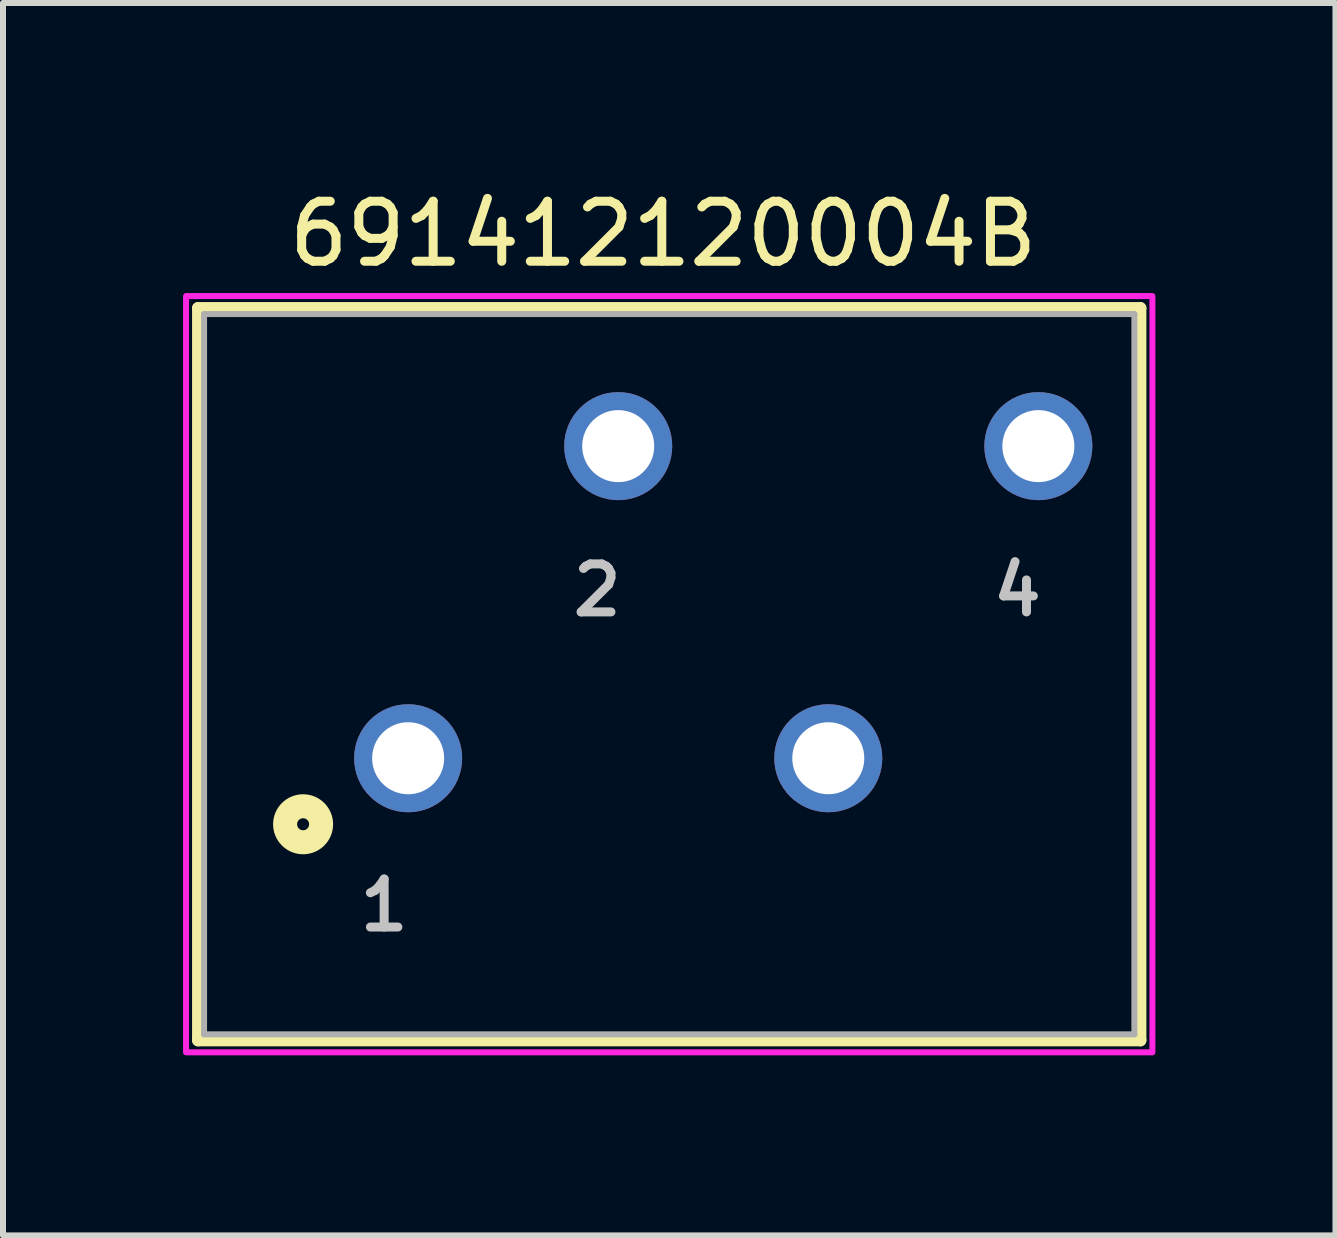
<source format=kicad_pcb>
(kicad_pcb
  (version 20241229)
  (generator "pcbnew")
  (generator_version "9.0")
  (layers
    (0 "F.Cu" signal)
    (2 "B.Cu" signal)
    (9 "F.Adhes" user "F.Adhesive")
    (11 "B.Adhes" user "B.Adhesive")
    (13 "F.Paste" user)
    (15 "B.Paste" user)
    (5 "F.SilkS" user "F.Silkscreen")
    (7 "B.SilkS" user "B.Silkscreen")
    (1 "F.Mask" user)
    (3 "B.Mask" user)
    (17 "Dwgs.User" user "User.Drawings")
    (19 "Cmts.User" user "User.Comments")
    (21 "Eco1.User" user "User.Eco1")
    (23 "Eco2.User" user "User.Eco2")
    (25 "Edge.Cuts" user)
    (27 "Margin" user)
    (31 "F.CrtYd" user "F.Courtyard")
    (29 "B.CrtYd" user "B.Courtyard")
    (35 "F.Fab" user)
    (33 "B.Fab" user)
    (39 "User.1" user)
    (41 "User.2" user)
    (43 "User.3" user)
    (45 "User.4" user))
  (footprint "691412120004B"
    (layer "F.Cu")
    (at 9 6.983)
    (property "Reference" "691412120004B" (at -1 -6.135 0) (layer "F.SilkS") (effects (font (size 1 1) (thickness 0.15))))
    (attr through_hole)
    (fp_line (start -8.75 -4.9) (end 6.95 -4.9) (stroke (width 0.2) (type solid)) (layer "F.SilkS"))
    (fp_line (start -8.75 7.3) (end -8.75 -4.9) (stroke (width 0.2) (type solid)) (layer "F.SilkS"))
    (fp_line (start 6.95 -4.9) (end 6.95 7.3) (stroke (width 0.2) (type solid)) (layer "F.SilkS"))
    (fp_line (start 6.95 7.3) (end -8.75 7.3) (stroke (width 0.2) (type solid)) (layer "F.SilkS"))
    (fp_circle (center -7 3.7) (end -6.9 3.7) (stroke (width 0.4) (type solid)) (fill no) (layer "F.SilkS"))
    (fp_poly (pts (xy -8.95 -5.1) (xy 7.15 -5.1) (xy 7.15 7.5) (xy -8.95 7.5)) (stroke (width 0.1) (type solid)) (fill no) (layer "F.CrtYd"))
    (fp_line (start -8.65 -4.8) (end 6.85 -4.8) (stroke (width 0.1) (type solid)) (layer "F.Fab"))
    (fp_line (start -8.65 7.2) (end -8.65 -4.8) (stroke (width 0.1) (type solid)) (layer "F.Fab"))
    (fp_line (start 6.85 -4.8) (end 6.85 7.2) (stroke (width 0.1) (type solid)) (layer "F.Fab"))
    (fp_line (start 6.85 7.2) (end -8.65 7.2) (stroke (width 0.1) (type solid)) (layer "F.Fab"))
    (fp_text user "1" (at -5.65 5.05 0) (layer "Dwgs.User") (effects (font (size 0.8 0.8) (thickness 0.15))))
    (fp_text user "4" (at 4.9 -0.2 0) (layer "Dwgs.User") (effects (font (size 0.8 0.8) (thickness 0.15))))
    (fp_text user "2" (at -2.1 -0.2 0) (layer "Dwgs.User") (effects (font (size 0.8 0.8) (thickness 0.15))))
    (pad "1" thru_hole circle (at -5.25 2.6) (size 1.8 1.8) (drill 1.2) (layers "*.Cu" "*.Mask"))
    (pad "2" thru_hole circle (at -1.75 -2.6) (size 1.8 1.8) (drill 1.2) (layers "*.Cu" "*.Mask"))
    (pad "3" thru_hole circle (at 1.75 2.6) (size 1.8 1.8) (drill 1.2) (layers "*.Cu" "*.Mask"))
    (pad "4" thru_hole circle (at 5.25 -2.6) (size 1.8 1.8) (drill 1.2) (layers "*.Cu" "*.Mask")))
  (gr_rect
    (start -3 -3)
    (end 19.2 17.533)
    (stroke (width 0.1) (type default))
    (fill no)
    (layer "Edge.Cuts")))
</source>
